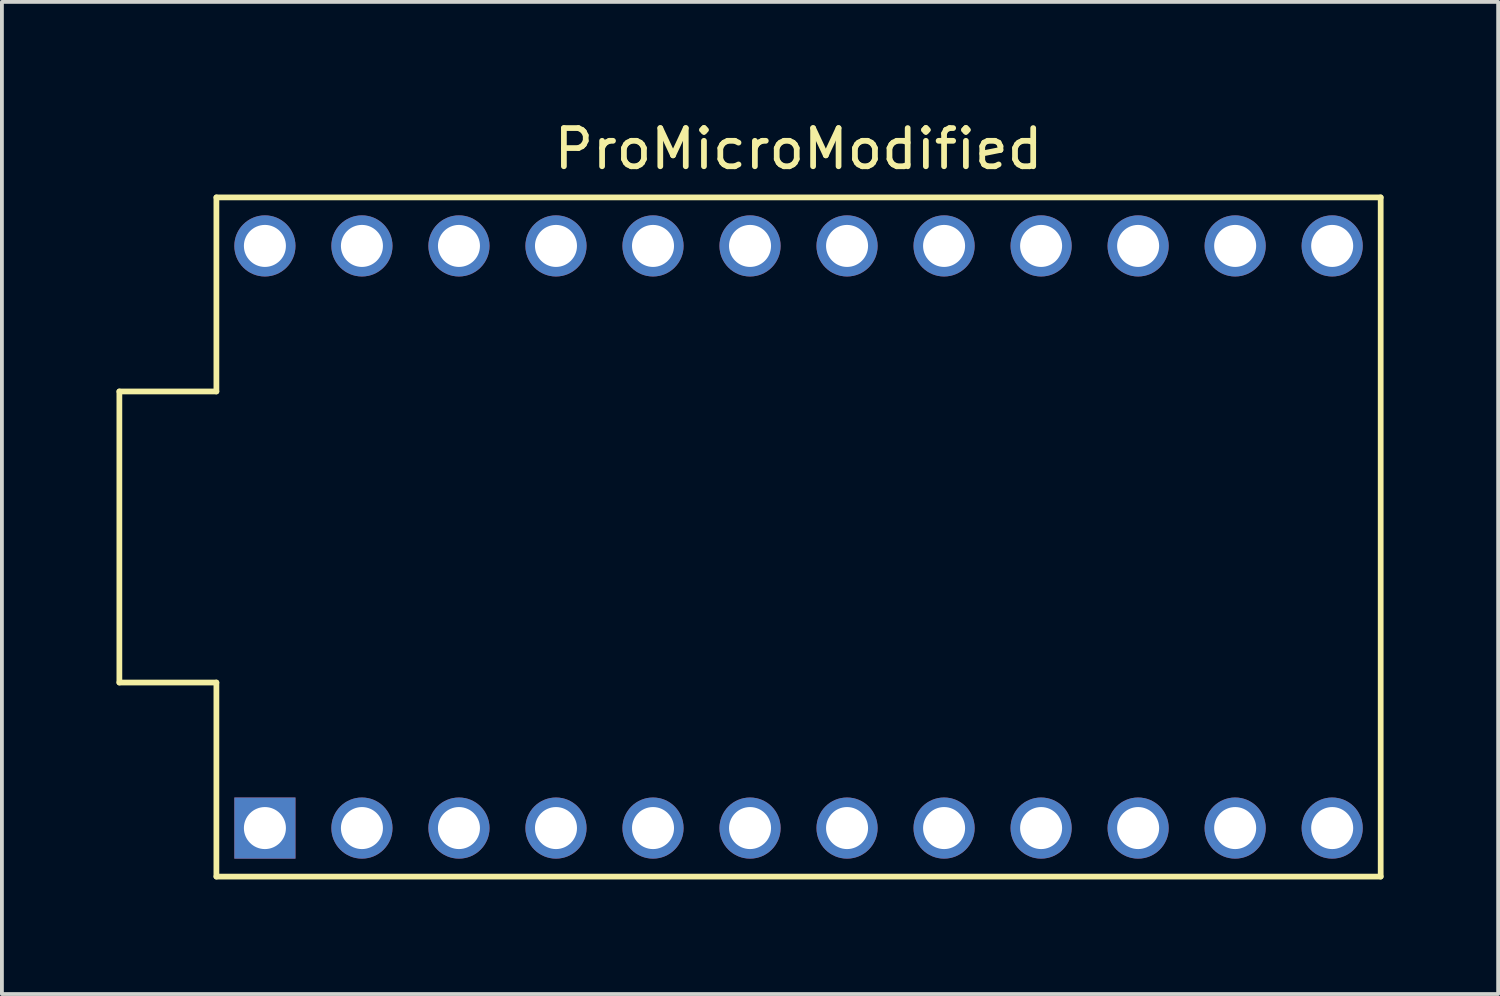
<source format=kicad_pcb>
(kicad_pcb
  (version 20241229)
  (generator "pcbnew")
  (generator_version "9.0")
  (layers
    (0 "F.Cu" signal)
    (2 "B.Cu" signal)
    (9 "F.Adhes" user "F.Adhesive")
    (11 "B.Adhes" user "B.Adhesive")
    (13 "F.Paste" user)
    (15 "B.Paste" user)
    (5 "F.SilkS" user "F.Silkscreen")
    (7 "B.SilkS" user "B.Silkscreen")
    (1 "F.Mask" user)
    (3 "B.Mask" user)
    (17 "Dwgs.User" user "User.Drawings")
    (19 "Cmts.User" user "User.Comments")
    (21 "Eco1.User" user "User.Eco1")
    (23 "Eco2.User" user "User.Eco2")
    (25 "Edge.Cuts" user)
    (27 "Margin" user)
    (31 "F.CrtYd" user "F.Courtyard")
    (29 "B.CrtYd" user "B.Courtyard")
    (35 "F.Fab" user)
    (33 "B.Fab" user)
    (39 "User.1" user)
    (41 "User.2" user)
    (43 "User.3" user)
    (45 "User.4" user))
  (footprint "ProMicroModified"
    (layer "F.Cu")
    (at 17.855 11.008)
    (property "Reference" "ProMicroModified" (at 0 -10.16 0) (layer "F.SilkS") (effects (font (size 1 1) (thickness 0.15))))
    (attr through_hole)
    (fp_line (start -17.78 -3.81) (end -15.24 -3.81) (stroke (width 0.15) (type solid)) (layer "F.SilkS"))
    (fp_line (start -17.78 3.81) (end -17.78 -3.81) (stroke (width 0.15) (type solid)) (layer "F.SilkS"))
    (fp_line (start -15.24 -8.89) (end 15.24 -8.89) (stroke (width 0.15) (type solid)) (layer "F.SilkS"))
    (fp_line (start -15.24 -3.81) (end -15.24 -8.89) (stroke (width 0.15) (type solid)) (layer "F.SilkS"))
    (fp_line (start -15.24 3.81) (end -17.78 3.81) (stroke (width 0.15) (type solid)) (layer "F.SilkS"))
    (fp_line (start -15.24 8.89) (end -15.24 3.81) (stroke (width 0.15) (type solid)) (layer "F.SilkS"))
    (fp_line (start -15.24 8.89) (end 15.24 8.89) (stroke (width 0.15) (type solid)) (layer "F.SilkS"))
    (fp_line (start 15.24 -8.89) (end 15.24 8.89) (stroke (width 0.15) (type solid)) (layer "F.SilkS"))
    (pad "1" thru_hole rect (at -13.97 7.62) (size 1.6 1.6) (drill 1.1) (layers "*.Cu" "*.Mask"))
    (pad "2" thru_hole circle (at -11.43 7.62) (size 1.6 1.6) (drill 1.1) (layers "*.Cu" "*.Mask"))
    (pad "3" thru_hole circle (at -8.89 7.62) (size 1.6 1.6) (drill 1.1) (layers "*.Cu" "*.Mask"))
    (pad "4" thru_hole circle (at -6.35 7.62) (size 1.6 1.6) (drill 1.1) (layers "*.Cu" "*.Mask"))
    (pad "5" thru_hole circle (at -3.81 7.62) (size 1.6 1.6) (drill 1.1) (layers "*.Cu" "*.Mask"))
    (pad "6" thru_hole circle (at -1.27 7.62) (size 1.6 1.6) (drill 1.1) (layers "*.Cu" "*.Mask"))
    (pad "7" thru_hole circle (at 1.27 7.62) (size 1.6 1.6) (drill 1.1) (layers "*.Cu" "*.Mask"))
    (pad "8" thru_hole circle (at 3.81 7.62) (size 1.6 1.6) (drill 1.1) (layers "*.Cu" "*.Mask"))
    (pad "9" thru_hole circle (at 6.35 7.62) (size 1.6 1.6) (drill 1.1) (layers "*.Cu" "*.Mask"))
    (pad "10" thru_hole circle (at 8.89 7.62) (size 1.6 1.6) (drill 1.1) (layers "*.Cu" "*.Mask"))
    (pad "11" thru_hole circle (at 11.43 7.62) (size 1.6 1.6) (drill 1.1) (layers "*.Cu" "*.Mask"))
    (pad "12" thru_hole circle (at 13.97 7.62) (size 1.6 1.6) (drill 1.1) (layers "*.Cu" "*.Mask"))
    (pad "13" thru_hole circle (at 13.97 -7.62) (size 1.6 1.6) (drill 1.1) (layers "*.Cu" "*.Mask"))
    (pad "14" thru_hole circle (at 11.43 -7.62) (size 1.6 1.6) (drill 1.1) (layers "*.Cu" "*.Mask"))
    (pad "15" thru_hole circle (at 8.89 -7.62) (size 1.6 1.6) (drill 1.1) (layers "*.Cu" "*.Mask"))
    (pad "16" thru_hole circle (at 6.35 -7.62) (size 1.6 1.6) (drill 1.1) (layers "*.Cu" "*.Mask"))
    (pad "17" thru_hole circle (at 3.81 -7.62) (size 1.6 1.6) (drill 1.1) (layers "*.Cu" "*.Mask"))
    (pad "18" thru_hole circle (at 1.27 -7.62) (size 1.6 1.6) (drill 1.1) (layers "*.Cu" "*.Mask"))
    (pad "19" thru_hole circle (at -1.27 -7.62) (size 1.6 1.6) (drill 1.1) (layers "*.Cu" "*.Mask"))
    (pad "20" thru_hole circle (at -3.81 -7.62) (size 1.6 1.6) (drill 1.1) (layers "*.Cu" "*.Mask"))
    (pad "21" thru_hole circle (at -6.35 -7.62) (size 1.6 1.6) (drill 1.1) (layers "*.Cu" "*.Mask"))
    (pad "22" thru_hole circle (at -8.89 -7.62) (size 1.6 1.6) (drill 1.1) (layers "*.Cu" "*.Mask"))
    (pad "23" thru_hole circle (at -11.43 -7.62) (size 1.6 1.6) (drill 1.1) (layers "*.Cu" "*.Mask"))
    (pad "24" thru_hole circle (at -13.97 -7.62) (size 1.6 1.6) (drill 1.1) (layers "*.Cu" "*.Mask")))
  (gr_rect
    (start -3 -3)
    (end 36.17 22.973)
    (stroke (width 0.1) (type default))
    (fill no)
    (layer "Edge.Cuts")))
</source>
